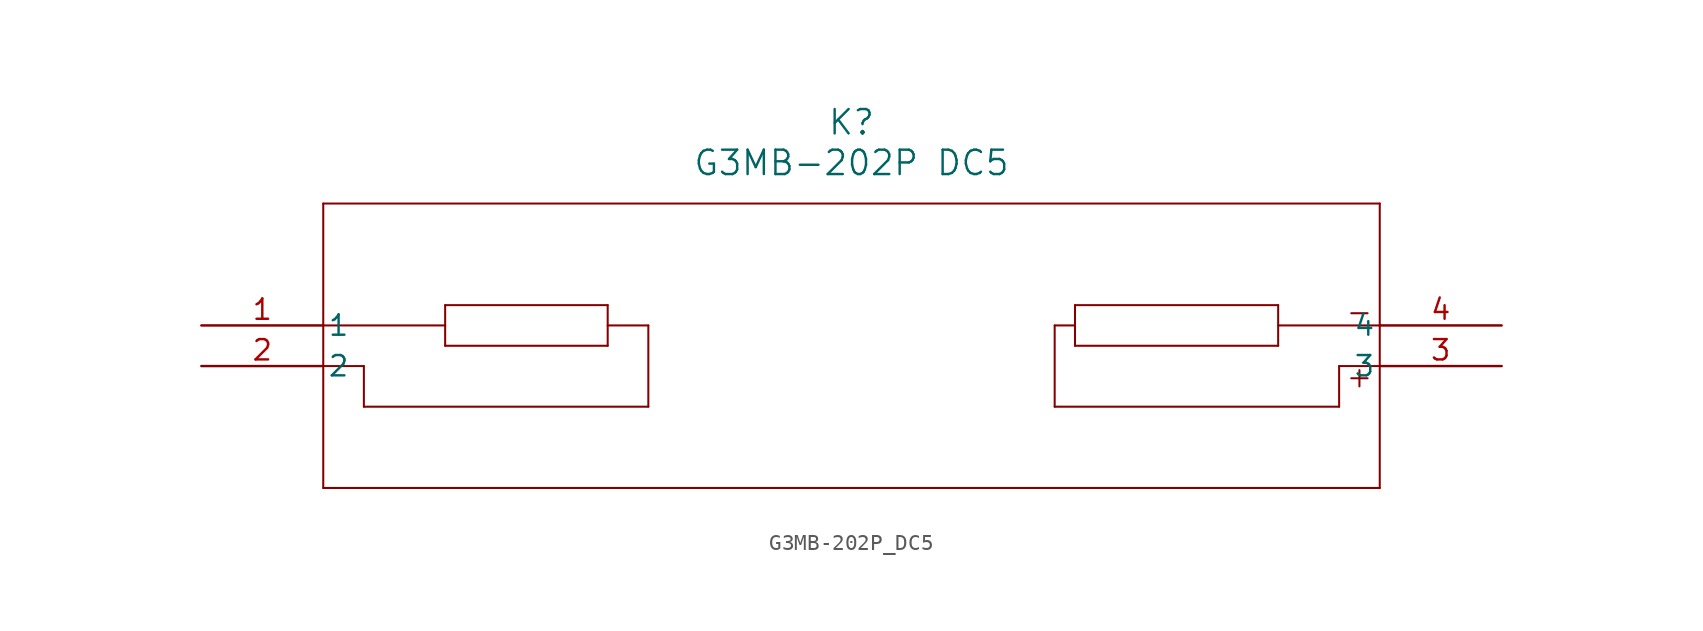
<source format=kicad_sym>
(kicad_symbol_lib
  (version 20211014)
  (generator kicad_symbol_editor)
  (symbol "G3MB-202P_DC5"
    (pin_names
      (offset 0.254))
    (property "Reference" "K"
      (at 40.64 12.7 0)
      (effects (font (size 1.524 1.524))))
    (property "Value" "G3MB-202P DC5"
      (at 40.64 10.16 0)
      (effects (font (size 1.524 1.524))))
    (symbol "G3MB-202P_DC5_0_1"
      (polyline (pts (xy 7.62 7.62) (xy 7.62 -10.16)) (stroke (width 0.127) (type default) (color 0 0 0 0)) (fill (type none)))
      (polyline (pts (xy 7.62 -10.16) (xy 73.66 -10.16)) (stroke (width 0.127) (type default) (color 0 0 0 0)) (fill (type none)))
      (polyline (pts (xy 73.66 -10.16) (xy 73.66 7.62)) (stroke (width 0.127) (type default) (color 0 0 0 0)) (fill (type none)))
      (polyline (pts (xy 73.66 7.62) (xy 7.62 7.62)) (stroke (width 0.127) (type default) (color 0 0 0 0)) (fill (type none)))
      (polyline (pts (xy 7.62 0) (xy 15.24 0)) (stroke (width 0.127) (type default) (color 0 0 0 0)) (fill (type none)))
      (polyline (pts (xy 15.24 1.27) (xy 15.24 -1.27)) (stroke (width 0.127) (type default) (color 0 0 0 0)) (fill (type none)))
      (polyline (pts (xy 15.24 -1.27) (xy 25.4 -1.27)) (stroke (width 0.127) (type default) (color 0 0 0 0)) (fill (type none)))
      (polyline (pts (xy 25.4 -1.27) (xy 25.4 1.27)) (stroke (width 0.127) (type default) (color 0 0 0 0)) (fill (type none)))
      (polyline (pts (xy 15.24 1.27) (xy 25.4 1.27)) (stroke (width 0.127) (type default) (color 0 0 0 0)) (fill (type none)))
      (polyline (pts (xy 7.62 -2.54) (xy 10.16 -2.54)) (stroke (width 0.127) (type default) (color 0 0 0 0)) (fill (type none)))
      (polyline (pts (xy 10.16 -2.54) (xy 10.16 -5.08)) (stroke (width 0.127) (type default) (color 0 0 0 0)) (fill (type none)))
      (polyline (pts (xy 10.16 -5.08) (xy 27.94 -5.08)) (stroke (width 0.127) (type default) (color 0 0 0 0)) (fill (type none)))
      (polyline (pts (xy 27.94 0) (xy 27.94 -5.08)) (stroke (width 0.127) (type default) (color 0 0 0 0)) (fill (type none)))
      (polyline (pts (xy 27.94 0) (xy 25.4 0)) (stroke (width 0.127) (type default) (color 0 0 0 0)) (fill (type none)))
      (polyline (pts (xy 73.66 0) (xy 67.31 0)) (stroke (width 0.127) (type default) (color 0 0 0 0)) (fill (type none)))
      (polyline (pts (xy 67.31 1.27) (xy 67.31 -1.27)) (stroke (width 0.127) (type default) (color 0 0 0 0)) (fill (type none)))
      (polyline (pts (xy 67.31 -1.27) (xy 54.61 -1.27)) (stroke (width 0.127) (type default) (color 0 0 0 0)) (fill (type none)))
      (polyline (pts (xy 54.61 -1.27) (xy 54.61 1.27)) (stroke (width 0.127) (type default) (color 0 0 0 0)) (fill (type none)))
      (polyline (pts (xy 67.31 1.27) (xy 54.61 1.27)) (stroke (width 0.127) (type default) (color 0 0 0 0)) (fill (type none)))
      (polyline (pts (xy 73.66 -2.54) (xy 71.12 -2.54)) (stroke (width 0.127) (type default) (color 0 0 0 0)) (fill (type none)))
      (polyline (pts (xy 71.12 -2.54) (xy 71.12 -5.08)) (stroke (width 0.127) (type default) (color 0 0 0 0)) (fill (type none)))
      (polyline (pts (xy 71.12 -5.08) (xy 53.34 -5.08)) (stroke (width 0.127) (type default) (color 0 0 0 0)) (fill (type none)))
      (polyline (pts (xy 53.34 0) (xy 53.34 -5.08)) (stroke (width 0.127) (type default) (color 0 0 0 0)) (fill (type none)))
      (polyline (pts (xy 53.34 0) (xy 54.61 0)) (stroke (width 0.127) (type default) (color 0 0 0 0)) (fill (type none)))
      (polyline (pts (xy 71.882 0.762) (xy 72.898 0.762)) (stroke (width 0.127) (type default) (color 0 0 0 0)) (fill (type none)))
      (polyline (pts (xy 71.882 -3.302) (xy 72.898 -3.302)) (stroke (width 0.127) (type default) (color 0 0 0 0)) (fill (type none)))
      (polyline (pts (xy 72.39 -2.794) (xy 72.39 -3.81)) (stroke (width 0.127) (type default) (color 0 0 0 0)) (fill (type none)))
      (pin unspecified line (at 0 0 0) (length 7.62) (name "1" (effects (font (size 1.27 1.27)))) (number "1" (effects (font (size 1.27 1.27)))))
      (pin unspecified line (at 0 -2.54 0) (length 7.62) (name "2" (effects (font (size 1.27 1.27)))) (number "2" (effects (font (size 1.27 1.27)))))
      (pin unspecified line (at 81.28 -2.54 180) (length 7.62) (name "3" (effects (font (size 1.27 1.27)))) (number "3" (effects (font (size 1.27 1.27)))))
      (pin unspecified line (at 81.28 0 180) (length 7.62) (name "4" (effects (font (size 1.27 1.27)))) (number "4" (effects (font (size 1.27 1.27))))))))
</source>
